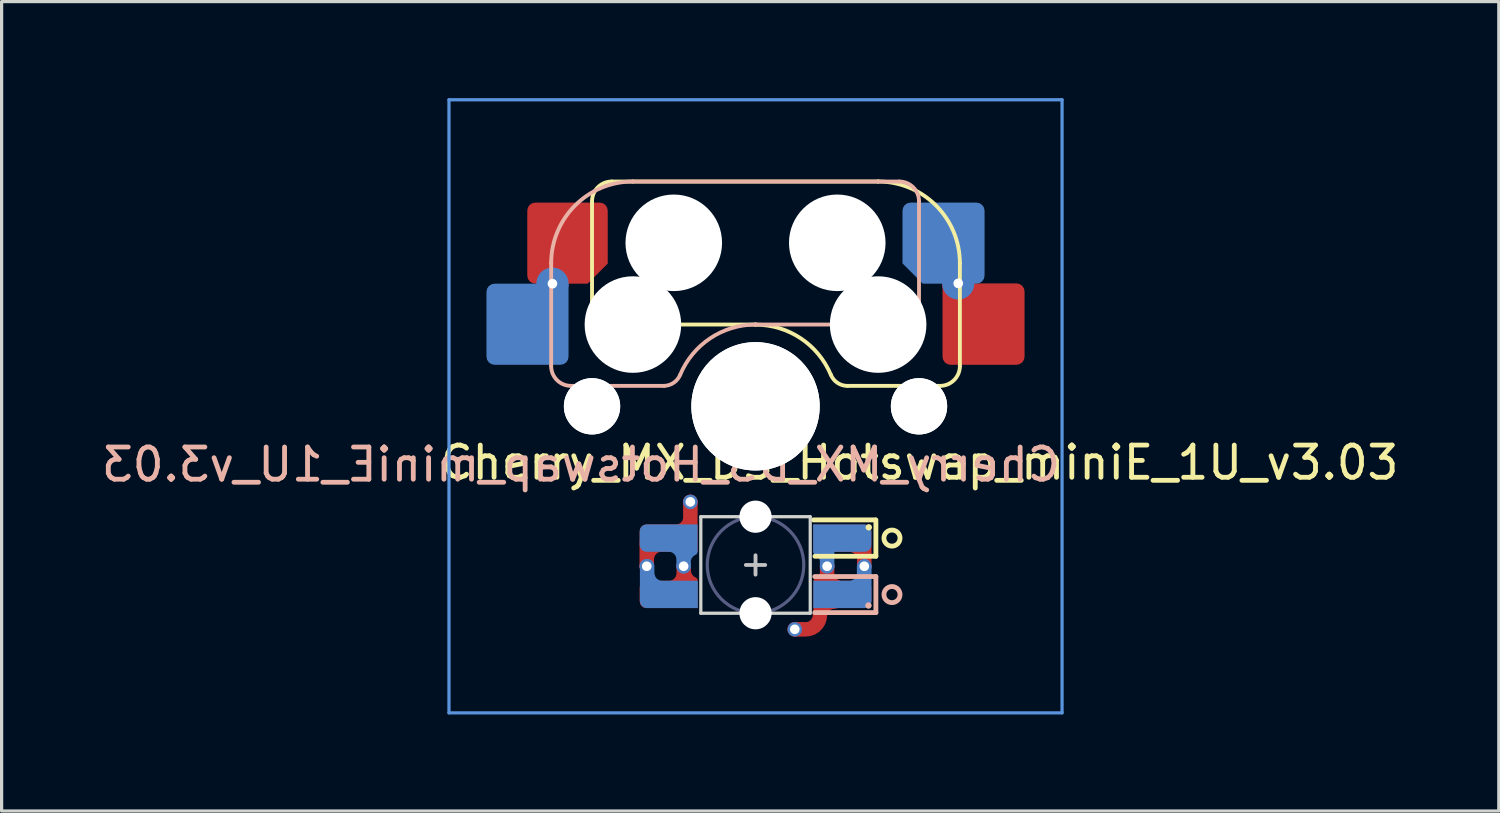
<source format=kicad_pcb>
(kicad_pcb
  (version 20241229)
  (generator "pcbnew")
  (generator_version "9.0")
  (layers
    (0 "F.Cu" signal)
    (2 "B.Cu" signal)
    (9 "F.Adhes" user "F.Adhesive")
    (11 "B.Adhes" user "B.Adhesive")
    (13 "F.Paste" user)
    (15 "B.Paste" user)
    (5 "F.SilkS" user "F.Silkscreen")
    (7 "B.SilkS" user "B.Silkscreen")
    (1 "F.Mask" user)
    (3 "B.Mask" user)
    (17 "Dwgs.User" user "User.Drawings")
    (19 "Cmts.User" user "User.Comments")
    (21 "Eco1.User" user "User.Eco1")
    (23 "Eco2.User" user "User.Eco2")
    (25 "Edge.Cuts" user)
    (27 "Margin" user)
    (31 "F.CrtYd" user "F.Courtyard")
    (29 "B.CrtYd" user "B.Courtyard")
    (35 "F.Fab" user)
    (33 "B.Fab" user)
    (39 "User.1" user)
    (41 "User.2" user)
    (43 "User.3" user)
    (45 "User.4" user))
  (footprint "Cherry_MX_DS_Hotswap_miniE_1U_v3.03"
    (layer "F.Cu")
    (at 20.426 9.575)
    (property "Reference" "Cherry_MX_DS_Hotswap_miniE_1U_v3.03" (at -5.42 1.81 0) (layer "B.SilkS") (effects (font (size 1 1) (thickness 0.15)) (justify mirror)))
    (attr through_hole)
    (fp_line (start -5.08 -6.36) (end -5.08 -2.54) (stroke (width 0.12) (type solid)) (layer "F.SilkS"))
    (fp_line (start -5.08 -2.54) (end -5.08 -2.54) (stroke (width 0.12) (type solid)) (layer "F.SilkS"))
    (fp_line (start -5.08 -2.54) (end -5.08 -2.54) (stroke (width 0.12) (type solid)) (layer "F.SilkS"))
    (fp_line (start -4.46 -6.985) (end 3.81 -6.985) (stroke (width 0.12) (type solid)) (layer "F.SilkS"))
    (fp_line (start 0 -2.54) (end -5.08 -2.54) (stroke (width 0.12) (type solid)) (layer "F.SilkS"))
    (fp_line (start 0 -2.54) (end 0 -2.54) (stroke (width 0.12) (type solid)) (layer "F.SilkS"))
    (fp_line (start 1.8 3.53) (end 3.724 3.53) (stroke (width 0.15) (type solid)) (layer "F.SilkS"))
    (fp_line (start 2.86 -0.635) (end 5.72 -0.635) (stroke (width 0.12) (type solid)) (layer "F.SilkS"))
    (fp_line (start 3.74 3.53) (end 3.74 4.66) (stroke (width 0.15) (type solid)) (layer "F.SilkS"))
    (fp_line (start 3.74 4.66) (end 1.846 4.66) (stroke (width 0.15) (type solid)) (layer "F.SilkS"))
    (fp_line (start 3.81 -6.985) (end 3.81 -6.985) (stroke (width 0.12) (type solid)) (layer "F.SilkS"))
    (fp_line (start 6.35 -4.445) (end 6.35 -4.445) (stroke (width 0.12) (type solid)) (layer "F.SilkS"))
    (fp_line (start 6.35 -1.25) (end 6.35 -4.445) (stroke (width 0.12) (type solid)) (layer "F.SilkS"))
    (fp_arc (start -5.08 -6.37) (mid -4.899871 -6.804871) (end -4.465 -6.985) (stroke (width 0.12) (type default)) (layer "F.SilkS"))
    (fp_arc (start 0 -2.536928) (mid 1.405313 -2.11213) (end 2.34 -0.98) (stroke (width 0.12) (type solid)) (layer "F.SilkS"))
    (fp_arc (start 2.859999 -0.633863) (mid 2.547381 -0.727883) (end 2.34 -0.98) (stroke (width 0.12) (type default)) (layer "F.SilkS"))
    (fp_arc (start 3.81 -6.985) (mid 5.606051 -6.241051) (end 6.35 -4.445) (stroke (width 0.12) (type solid)) (layer "F.SilkS"))
    (fp_arc (start 6.350129 -1.25) (mid 6.169985 -0.815144) (end 5.735129 -0.635) (stroke (width 0.12) (type default)) (layer "F.SilkS"))
    (fp_circle (center 3.52 3.76) (end 3.62 3.76) (stroke (width 0) (type solid)) (fill yes) (layer "F.SilkS"))
    (fp_circle (center 4.24 4.095) (end 4.49 4.095) (stroke (width 0.15) (type default)) (fill no) (layer "F.SilkS"))
    (fp_line (start -6.35 -4.445) (end -6.35 -4.445) (stroke (width 0.12) (type solid)) (layer "B.SilkS"))
    (fp_line (start -6.35 -4.445) (end -6.35 -1.26) (stroke (width 0.12) (type solid)) (layer "B.SilkS"))
    (fp_line (start -5.73 -0.635) (end -2.84 -0.635) (stroke (width 0.12) (type solid)) (layer "B.SilkS"))
    (fp_line (start -3.81 -6.985) (end -3.81 -6.985) (stroke (width 0.12) (type solid)) (layer "B.SilkS"))
    (fp_line (start -3.81 -6.985) (end 4.46 -6.985) (stroke (width 0.12) (type solid)) (layer "B.SilkS"))
    (fp_line (start 0 -2.54) (end 0 -2.54) (stroke (width 0.12) (type solid)) (layer "B.SilkS"))
    (fp_line (start 0 -2.54) (end 5.08 -2.54) (stroke (width 0.12) (type solid)) (layer "B.SilkS"))
    (fp_line (start 3.74 5.29) (end 1.84 5.29) (stroke (width 0.15) (type solid)) (layer "B.SilkS"))
    (fp_line (start 3.74 5.29) (end 3.74 6.41) (stroke (width 0.15) (type solid)) (layer "B.SilkS"))
    (fp_line (start 3.74 6.41) (end 1.84 6.41) (stroke (width 0.15) (type solid)) (layer "B.SilkS"))
    (fp_line (start 5.08 -6.37) (end 5.08 -2.54) (stroke (width 0.12) (type solid)) (layer "B.SilkS"))
    (fp_line (start 5.08 -2.54) (end 5.08 -2.54) (stroke (width 0.12) (type solid)) (layer "B.SilkS"))
    (fp_line (start 5.08 -2.54) (end 5.08 -2.54) (stroke (width 0.12) (type solid)) (layer "B.SilkS"))
    (fp_arc (start -6.35 -4.445) (mid -5.606051 -6.241051) (end -3.81 -6.985) (stroke (width 0.12) (type solid)) (layer "B.SilkS"))
    (fp_arc (start -5.735 -0.635) (mid -6.169871 -0.815129) (end -6.35 -1.25) (stroke (width 0.12) (type default)) (layer "B.SilkS"))
    (fp_arc (start -2.34 -0.983072) (mid -1.405313 -2.115202) (end 0 -2.54) (stroke (width 0.12) (type solid)) (layer "B.SilkS"))
    (fp_arc (start -2.34 -0.980845) (mid -2.539137 -0.734326) (end -2.840072 -0.635) (stroke (width 0.12) (type default)) (layer "B.SilkS"))
    (fp_arc (start 4.465129 -6.985) (mid 4.899999 -6.80487) (end 5.080129 -6.37) (stroke (width 0.12) (type default)) (layer "B.SilkS"))
    (fp_circle (center 3.51 6.19) (end 3.41 6.19) (stroke (width 0) (type solid)) (fill yes) (layer "B.SilkS"))
    (fp_circle (center 4.24 5.85) (end 3.99 5.85) (stroke (width 0.15) (type default)) (fill no) (layer "B.SilkS"))
    (fp_line (start -0.3 4.93) (end 0.3 4.93) (stroke (width 0.12) (type solid)) (layer "Dwgs.User"))
    (fp_line (start 0 4.63) (end 0 5.23) (stroke (width 0.12) (type solid)) (layer "Dwgs.User"))
    (fp_line (start -9.525 -9.525) (end -9.525 9.525) (stroke (width 0.1) (type solid)) (layer "Cmts.User"))
    (fp_line (start 9.525 -9.525) (end -9.525 -9.525) (stroke (width 0.1) (type solid)) (layer "Cmts.User"))
    (fp_line (start 9.525 -9.525) (end 9.525 9.525) (stroke (width 0.1) (type solid)) (layer "Cmts.User"))
    (fp_line (start 9.525 9.525) (end -9.525 9.525) (stroke (width 0.1) (type solid)) (layer "Cmts.User"))
    (fp_line (start -1.7 6.43) (end -1.7 3.43) (stroke (width 0.1) (type solid)) (layer "Edge.Cuts"))
    (fp_line (start 1.7 3.43) (end -1.7 3.43) (stroke (width 0.1) (type solid)) (layer "Edge.Cuts"))
    (fp_line (start 1.7 3.43) (end 1.7 6.43) (stroke (width 0.1) (type solid)) (layer "Edge.Cuts"))
    (fp_line (start 1.7 6.43) (end -1.7 6.43) (stroke (width 0.1) (type solid)) (layer "Edge.Cuts"))
    (fp_circle (center 0 4.93) (end 0 6.43) (stroke (width 0.1) (type solid)) (fill no) (layer "B.Fab"))
    (fp_rect (start 7 -7) (end -7 7) (stroke (width 0.12) (type default)) (fill no) (layer "User.4"))
    (fp_text user "${REFERENCE}" (at 5.09 1.75 0) (layer "F.SilkS") (effects (font (size 1 1) (thickness 0.15))))
    (pad "" np_thru_hole circle (at -5.08 0) (size 1.75 1.75) (drill 1.75) (layers "*.Cu" "*.Mask"))
    (pad "" np_thru_hole circle (at -5.08 0) (size 1.75 1.75) (drill 1.75) (layers "*.Cu" "*.Mask"))
    (pad "" np_thru_hole circle (at -3.81 -2.54) (size 3 3) (drill 3) (layers "*.Cu" "*.Mask"))
    (pad "" smd roundrect (at -2.69 5.845 180) (size 1.82 0.85) (layers "F.Mask") (roundrect_rratio 0.25) (chamfer_ratio 0) (chamfer top_left bottom_left))
    (pad "" smd roundrect (at -2.69 4.095) (size 1.82 0.85) (layers "B.Mask") (roundrect_rratio 0.25) (chamfer_ratio 0) (chamfer top_right bottom_right))
    (pad "" smd roundrect (at -2.69 4.095 180) (size 1.82 0.84) (layers "F.Mask") (roundrect_rratio 0.25) (chamfer_ratio 0) (chamfer top_left bottom_left))
    (pad "" smd roundrect (at -2.685 5.855) (size 1.83 0.85) (layers "B.Mask") (roundrect_rratio 0.25) (chamfer_ratio 0) (chamfer top_right bottom_right))
    (pad "" np_thru_hole circle (at -2.54 -5.08) (size 3 3) (drill 3) (layers "*.Cu" "*.Mask"))
    (pad "" np_thru_hole circle (at 0 0) (size 3.988 3.988) (drill 3.988) (layers "*.Cu" "*.Mask"))
    (pad "" np_thru_hole circle (at 0 0) (size 3.988 3.988) (drill 3.988) (layers "*.Cu" "*.Mask"))
    (pad "" np_thru_hole circle (at 0 3.43) (size 1 1) (drill 1) (layers "*.Cu" "*.Mask"))
    (pad "" np_thru_hole circle (at 0 6.43) (size 1 1) (drill 1) (layers "*.Cu" "*.Mask"))
    (pad "" smd rect (at 2.47 5.85 180) (size 1.38 0.84) (layers "B.Mask"))
    (pad "" smd rect (at 2.47 4.09) (size 1.38 0.84) (layers "F.Mask"))
    (pad "" np_thru_hole circle (at 2.54 -5.08) (size 3 3) (drill 3) (layers "*.Cu" "*.Mask"))
    (pad "" smd roundrect (at 2.685 4.095 180) (size 1.83 0.85) (layers "B.Mask") (roundrect_rratio 0.25) (chamfer_ratio 0) (chamfer top_right bottom_right))
    (pad "" smd roundrect (at 2.69 5.84) (size 1.82 0.84) (layers "F.Mask") (roundrect_rratio 0.25) (chamfer_ratio 0) (chamfer top_left bottom_left))
    (pad "" smd roundrect (at 2.855 5.85 180) (size 1.49 0.84) (layers "B.Mask") (roundrect_rratio 0.25) (chamfer_ratio 0.5) (chamfer top_left))
    (pad "" smd roundrect (at 2.855 4.09) (size 1.49 0.84) (layers "F.Mask") (roundrect_rratio 0.25) (chamfer_ratio 0.5) (chamfer top_right))
    (pad "" np_thru_hole circle (at 3.81 -2.54) (size 3 3) (drill 3) (layers "*.Cu" "*.Mask"))
    (pad "" np_thru_hole circle (at 5.08 0) (size 1.75 1.75) (drill 1.75) (layers "*.Cu" "*.Mask"))
    (pad "" np_thru_hole circle (at 5.08 0) (size 1.75 1.75) (drill 1.75) (layers "*.Cu" "*.Mask"))
    (pad "1" smd custom (at -2.7 4.095 180) (size 0.85 0.85) (layers "B.Cu") (options (anchor circle)) (primitives (gr_arc (start 0 -0.225) (mid -0.311126 -0.353874) (end -0.44 -0.665) (width 0.4)) (gr_arc (start -0.588284 -0.744999) (mid -0.645593 -0.555573) (end -0.798298 -0.429684) (width 0.2)) (gr_line (start -0.466 -0.184) (end -0.466 -0.874) (width 0.45)) (gr_poly (pts (xy 0.9 -0.212) (xy 0.884 -0.294) (xy 0.838 -0.363) (xy 0.769 -0.409) (xy 0.688 -0.425) (xy -0.9 -0.425) (xy -0.9 0.425) (xy 0.688 0.425) (xy 0.769 0.409) (xy 0.838 0.363) (xy 0.884 0.294) (xy 0.9 0.212)) (width 0) (fill yes))))
    (pad "1" smd custom (at -2.7 5.845 180) (size 0.85 0.85) (layers "F.Cu") (options (anchor circle)) (primitives (gr_poly (pts (xy 0.9 -0.212) (xy 0.884 -0.294) (xy 0.838 -0.363) (xy 0.769 -0.409) (xy 0.688 -0.425) (xy -0.9 -0.425) (xy -0.9 0.425) (xy 0.688 0.425) (xy 0.769 0.409) (xy 0.838 0.363) (xy 0.884 0.294) (xy 0.9 0.212)) (width 0) (fill yes)) (gr_arc (start -0.445 0.665) (mid -0.316126 0.353874) (end -0.005 0.225) (width 0.4)) (gr_arc (start -0.802705 0.435002) (mid -0.650002 0.56089) (end -0.592691 0.750315) (width 0.2)) (gr_line (start -0.47 0.275) (end -0.47 0.875) (width 0.45))))
    (pad "1" thru_hole circle (at -2.234 4.969) (size 0.45 0.45) (drill 0.3) (layers "*.Cu"))
    (pad "2" thru_hole circle (at -3.38 4.97) (size 0.45 0.45) (drill 0.3) (layers "*.Cu"))
    (pad "2" smd custom (at -2.7 4.095) (size 0.85 0.85) (layers "F.Cu") (options (anchor circle)) (primitives (gr_poly (pts (xy 0.9 -0.425) (xy -0.688 -0.425) (xy -0.769 -0.409) (xy -0.838 -0.363) (xy -0.884 -0.294) (xy -0.9 -0.212) (xy -0.9 0.212) (xy -0.884 0.294) (xy -0.838 0.363) (xy -0.769 0.409) (xy -0.688 0.425) (xy 0.9 0.425)) (width 0) (fill yes)) (gr_line (start 0.675 -0.225) (end 0.675 -1.125) (width 0.45)) (gr_arc (start 0.675 -0.645) (mid 0.546126 -0.333874) (end 0.235 -0.205) (width 0.45)) (gr_line (start -0.68 0.075) (end -0.68 0.875) (width 0.45)) (gr_arc (start -0.655 0.665) (mid -0.526126 0.353874) (end -0.215 0.225) (width 0.4))))
    (pad "2" smd custom (at -2.693 5.845) (size 0.85 0.85) (layers "B.Cu") (options (anchor circle)) (primitives (gr_arc (start -0.205874 -0.226126) (mid -0.517 -0.355) (end -0.645874 -0.666126) (width 0.4)) (gr_line (start -0.675 -0.135) (end -0.675 -0.875) (width 0.45)) (gr_poly (pts (xy 0.9 -0.425) (xy -0.9 -0.425) (xy -0.9 0.212) (xy -0.884 0.294) (xy -0.838 0.363) (xy -0.769 0.409) (xy -0.688 0.425) (xy 0.9 0.425)) (width 0) (fill yes))))
    (pad "2" thru_hole circle (at -2.025 2.97) (size 0.45 0.45) (drill 0.3) (layers "*.Cu"))
    (pad "3" smd custom (at 2.7 4.1) (size 0.85 0.85) (layers "F.Cu") (options (anchor circle)) (primitives (gr_arc (start 0.215 0.225) (mid 0.526126 0.353874) (end 0.655 0.665) (width 0.4)) (gr_line (start 0.68 0.875) (end 0.68 0.275) (width 0.45)) (gr_poly (pts (xy -0.9 -0.425) (xy 0.688 -0.425) (xy 0.769 -0.409) (xy 0.838 -0.363) (xy 0.884 -0.294) (xy 0.9 -0.212) (xy 0.9 0.212) (xy 0.884 0.294) (xy 0.838 0.363) (xy 0.769 0.409) (xy 0.688 0.425) (xy -0.9 0.425)) (width 0) (fill yes))))
    (pad "3" smd custom (at 2.705 5.845) (size 0.85 0.85) (layers "B.Cu") (options (anchor circle)) (primitives (gr_arc (start 0.645 -0.665) (mid 0.516126 -0.353874) (end 0.205 -0.225) (width 0.4)) (gr_poly (pts (xy 0.494 -0.354) (xy 0.85 -0.354) (xy 0.85 -0.887) (xy 0.494 -0.887)) (width 0.1) (fill yes)) (gr_poly (pts (xy 0.9 -0.425) (xy -0.91 -0.425) (xy -0.91 0.425) (xy 0.688 0.425) (xy 0.769 0.409) (xy 0.838 0.363) (xy 0.884 0.294) (xy 0.9 0.212)) (width 0) (fill yes))))
    (pad "3" thru_hole circle (at 3.38 4.97) (size 0.45 0.45) (drill 0.3) (layers "*.Cu"))
    (pad "4" thru_hole circle (at 1.22 6.93 180) (size 0.45 0.45) (drill 0.3) (layers "*.Cu"))
    (pad "4" thru_hole circle (at 2.225 4.97) (size 0.45 0.45) (drill 0.3) (layers "*.Cu"))
    (pad "4" smd custom (at 2.7 4.095 180) (size 0.85 0.85) (layers "B.Cu") (options (anchor circle)) (primitives (gr_line (start 0.475 -0.235) (end 0.475 -0.875) (width 0.45)) (gr_arc (start 0.81 -0.425001) (mid 0.657302 -0.550891) (end 0.600001 -0.740315) (width 0.2)) (gr_poly (pts (xy 0.91 -0.425) (xy -0.688 -0.425) (xy -0.769 -0.409) (xy -0.838 -0.363) (xy -0.884 -0.294) (xy -0.9 -0.212) (xy -0.9 0.212) (xy -0.884 0.294) (xy -0.838 0.363) (xy -0.769 0.409) (xy -0.688 0.425) (xy 0.91 0.425)) (width 0) (fill yes))))
    (pad "4" smd custom (at 2.7 5.845 180) (size 0.85 0.85) (layers "F.Cu") (options (anchor circle)) (primitives (gr_poly (pts (xy 0.9 -0.425) (xy -0.688 -0.425) (xy -0.769 -0.409) (xy -0.838 -0.363) (xy -0.884 -0.294) (xy -0.9 -0.212) (xy -0.9 0.212) (xy -0.884 0.294) (xy -0.838 0.363) (xy -0.769 0.409) (xy -0.688 0.425) (xy 0.9 0.425)) (width 0) (fill yes)) (gr_arc (start 0.01 0.225) (mid 0.321126 0.353874) (end 0.45 0.665) (width 0.4)) (gr_arc (start 0.589986 0.730315) (mid 0.647297 0.540891) (end 0.800002 0.415004) (width 0.2)) (gr_line (start 0.475 0.275) (end 0.475 0.875) (width 0.45)) (gr_arc (start 0.7 -0.645) (mid 0.828874 -0.956126) (end 1.14 -1.085) (width 0.45)) (gr_line (start 1.48 -1.085) (end 1.18 -1.085) (width 0.45)) (gr_line (start 0.7 -0.165) (end 0.7 -0.645) (width 0.4)) (gr_arc (start 0.7 -0.666126) (mid 0.571126 -0.355) (end 0.26 -0.226126) (width 0.45))))
    (pad "5" smd roundrect (at 5.842 -5.07) (size 2.55 2.52) (layers "B.Cu" "B.Mask" "B.Paste") (roundrect_rratio 0.1) (chamfer_ratio 0.25) (chamfer bottom_left))
    (pad "5" thru_hole circle (at 6.3 -3.82) (size 1 1) (drill 0.3) (layers "*.Cu"))
    (pad "5" smd roundrect (at 7.085 -2.555) (size 2.55 2.53) (layers "F.Cu" "F.Mask" "F.Paste") (roundrect_rratio 0.1) (chamfer_ratio 0) (chamfer top_left))
    (pad "6" smd roundrect (at -7.085 -2.55) (size 2.55 2.52) (layers "B.Cu" "B.Mask" "B.Paste") (roundrect_rratio 0.1) (chamfer_ratio 0) (chamfer top_right))
    (pad "6" thru_hole circle (at -6.31 -3.81) (size 1 1) (drill 0.3) (layers "*.Cu"))
    (pad "6" smd roundrect (at -5.842 -5.07) (size 2.5 2.52) (layers "F.Cu" "F.Mask" "F.Paste") (roundrect_rratio 0.1) (chamfer_ratio 0.25) (chamfer bottom_right)))
  (gr_rect
    (start -3 -3)
    (end 43.522 22.15)
    (stroke (width 0.1) (type default))
    (fill no)
    (layer "Edge.Cuts")))
</source>
